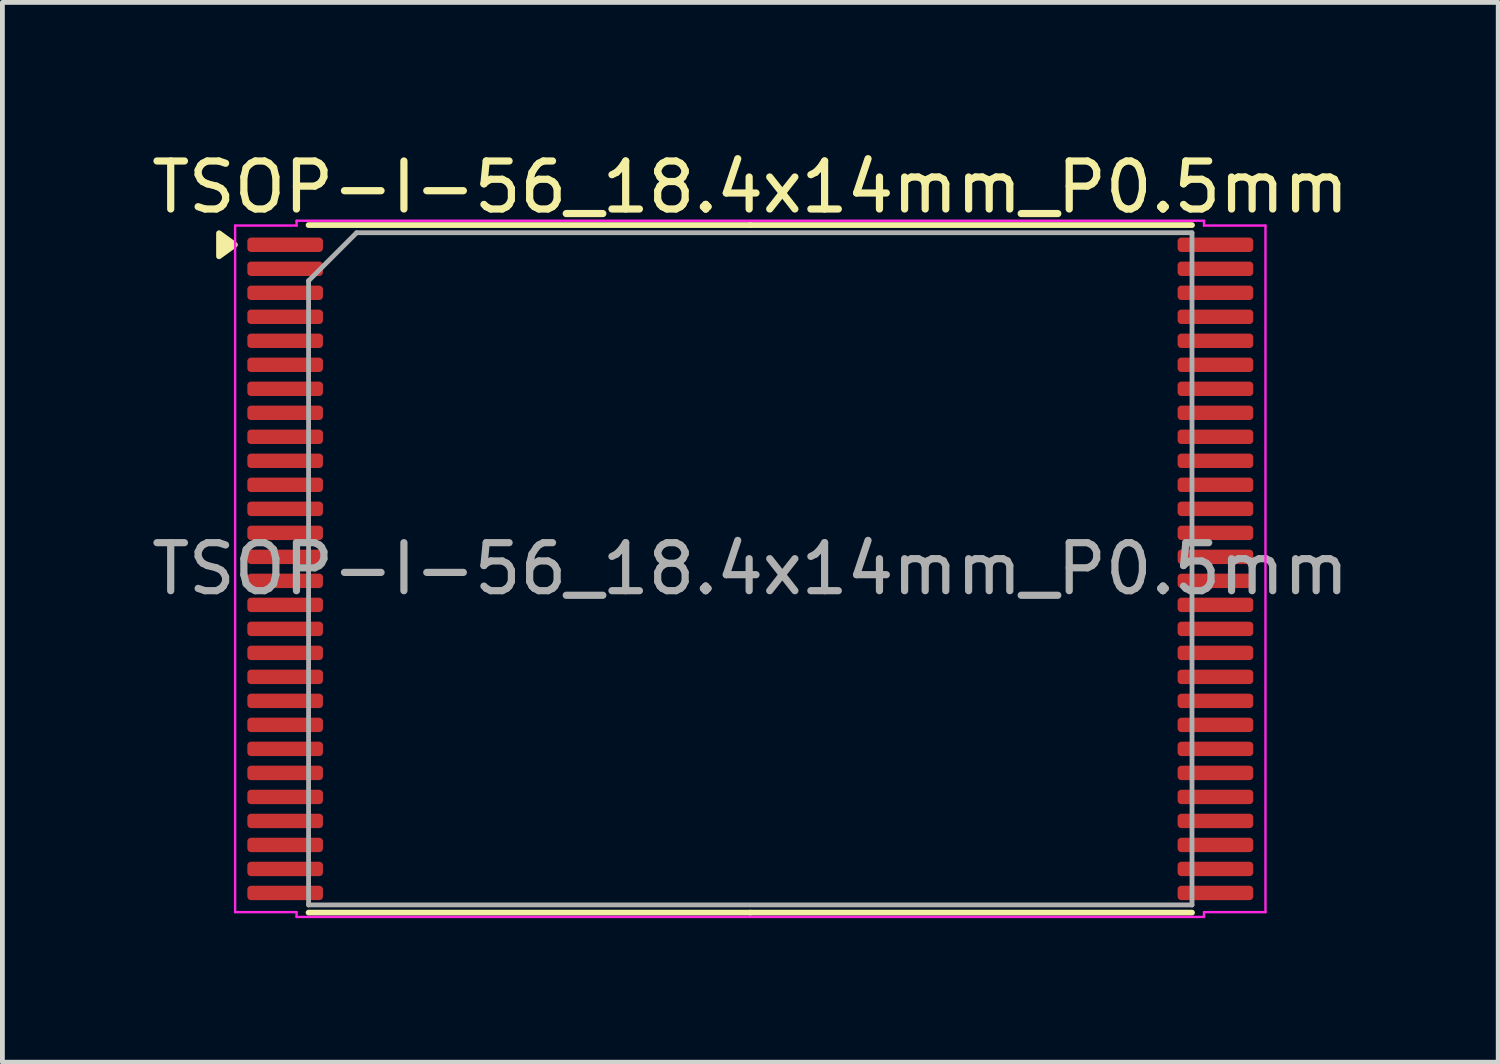
<source format=kicad_pcb>
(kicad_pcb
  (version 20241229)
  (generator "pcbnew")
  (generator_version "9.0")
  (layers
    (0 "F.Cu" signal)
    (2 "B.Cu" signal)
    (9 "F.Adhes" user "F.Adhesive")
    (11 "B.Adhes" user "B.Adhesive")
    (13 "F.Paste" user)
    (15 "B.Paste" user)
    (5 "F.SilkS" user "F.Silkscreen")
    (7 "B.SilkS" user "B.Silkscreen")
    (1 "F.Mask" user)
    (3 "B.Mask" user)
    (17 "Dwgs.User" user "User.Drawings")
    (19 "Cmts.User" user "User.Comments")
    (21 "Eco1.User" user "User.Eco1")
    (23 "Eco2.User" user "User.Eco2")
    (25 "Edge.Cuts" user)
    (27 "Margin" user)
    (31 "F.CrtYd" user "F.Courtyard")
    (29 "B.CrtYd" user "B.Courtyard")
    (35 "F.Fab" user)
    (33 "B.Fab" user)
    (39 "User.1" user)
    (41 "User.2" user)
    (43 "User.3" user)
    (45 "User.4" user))
  (footprint "TSOP-I-56_18.4x14mm_P0.5mm"
    (layer "F.Cu")
    (at 12.577 8.798)
    (property "Reference" "TSOP-I-56_18.4x14mm_P0.5mm" (at 0 -7.95 0) (layer "F.SilkS") (effects (font (size 1 1) (thickness 0.15))))
    (attr smd)
    (fp_line (start 0 -7.16) (end -9.2 -7.16) (stroke (width 0.12) (type solid)) (layer "F.SilkS"))
    (fp_line (start 0 -7.16) (end 9.2 -7.16) (stroke (width 0.12) (type solid)) (layer "F.SilkS"))
    (fp_line (start 0 7.16) (end -9.2 7.16) (stroke (width 0.12) (type solid)) (layer "F.SilkS"))
    (fp_line (start 0 7.16) (end 9.2 7.16) (stroke (width 0.12) (type solid)) (layer "F.SilkS"))
    (fp_poly (pts (xy -10.735 -6.75) (xy -11.065 -6.51) (xy -11.065 -6.99)) (stroke (width 0.12) (type solid)) (fill yes) (layer "F.SilkS"))
    (fp_line (start -10.73 -7.15) (end -9.45 -7.15) (stroke (width 0.05) (type solid)) (layer "F.CrtYd"))
    (fp_line (start -10.73 7.15) (end -10.73 -7.15) (stroke (width 0.05) (type solid)) (layer "F.CrtYd"))
    (fp_line (start -9.45 -7.25) (end 9.45 -7.25) (stroke (width 0.05) (type solid)) (layer "F.CrtYd"))
    (fp_line (start -9.45 -7.15) (end -9.45 -7.25) (stroke (width 0.05) (type solid)) (layer "F.CrtYd"))
    (fp_line (start -9.45 7.15) (end -10.73 7.15) (stroke (width 0.05) (type solid)) (layer "F.CrtYd"))
    (fp_line (start -9.45 7.25) (end -9.45 7.15) (stroke (width 0.05) (type solid)) (layer "F.CrtYd"))
    (fp_line (start 9.45 -7.25) (end 9.45 -7.15) (stroke (width 0.05) (type solid)) (layer "F.CrtYd"))
    (fp_line (start 9.45 -7.15) (end 10.73 -7.15) (stroke (width 0.05) (type solid)) (layer "F.CrtYd"))
    (fp_line (start 9.45 7.15) (end 9.45 7.25) (stroke (width 0.05) (type solid)) (layer "F.CrtYd"))
    (fp_line (start 9.45 7.25) (end -9.45 7.25) (stroke (width 0.05) (type solid)) (layer "F.CrtYd"))
    (fp_line (start 10.73 -7.15) (end 10.73 7.15) (stroke (width 0.05) (type solid)) (layer "F.CrtYd"))
    (fp_line (start 10.73 7.15) (end 9.45 7.15) (stroke (width 0.05) (type solid)) (layer "F.CrtYd"))
    (fp_line (start -9.2 -6) (end -8.2 -7) (stroke (width 0.1) (type solid)) (layer "F.Fab"))
    (fp_line (start -9.2 7) (end -9.2 -6) (stroke (width 0.1) (type solid)) (layer "F.Fab"))
    (fp_line (start -8.2 -7) (end 9.2 -7) (stroke (width 0.1) (type solid)) (layer "F.Fab"))
    (fp_line (start 9.2 -7) (end 9.2 7) (stroke (width 0.1) (type solid)) (layer "F.Fab"))
    (fp_line (start 9.2 7) (end -9.2 7) (stroke (width 0.1) (type solid)) (layer "F.Fab"))
    (fp_text user "${REFERENCE}" (at 0 0 0) (layer "F.Fab") (effects (font (size 1 1) (thickness 0.15))))
    (pad "1" smd roundrect (at -9.688 -6.75) (size 1.575 0.3) (layers "F.Cu" "F.Mask" "F.Paste") (roundrect_rratio 0.25))
    (pad "2" smd roundrect (at -9.688 -6.25) (size 1.575 0.3) (layers "F.Cu" "F.Mask" "F.Paste") (roundrect_rratio 0.25))
    (pad "3" smd roundrect (at -9.688 -5.75) (size 1.575 0.3) (layers "F.Cu" "F.Mask" "F.Paste") (roundrect_rratio 0.25))
    (pad "4" smd roundrect (at -9.688 -5.25) (size 1.575 0.3) (layers "F.Cu" "F.Mask" "F.Paste") (roundrect_rratio 0.25))
    (pad "5" smd roundrect (at -9.688 -4.75) (size 1.575 0.3) (layers "F.Cu" "F.Mask" "F.Paste") (roundrect_rratio 0.25))
    (pad "6" smd roundrect (at -9.688 -4.25) (size 1.575 0.3) (layers "F.Cu" "F.Mask" "F.Paste") (roundrect_rratio 0.25))
    (pad "7" smd roundrect (at -9.688 -3.75) (size 1.575 0.3) (layers "F.Cu" "F.Mask" "F.Paste") (roundrect_rratio 0.25))
    (pad "8" smd roundrect (at -9.688 -3.25) (size 1.575 0.3) (layers "F.Cu" "F.Mask" "F.Paste") (roundrect_rratio 0.25))
    (pad "9" smd roundrect (at -9.688 -2.75) (size 1.575 0.3) (layers "F.Cu" "F.Mask" "F.Paste") (roundrect_rratio 0.25))
    (pad "10" smd roundrect (at -9.688 -2.25) (size 1.575 0.3) (layers "F.Cu" "F.Mask" "F.Paste") (roundrect_rratio 0.25))
    (pad "11" smd roundrect (at -9.688 -1.75) (size 1.575 0.3) (layers "F.Cu" "F.Mask" "F.Paste") (roundrect_rratio 0.25))
    (pad "12" smd roundrect (at -9.688 -1.25) (size 1.575 0.3) (layers "F.Cu" "F.Mask" "F.Paste") (roundrect_rratio 0.25))
    (pad "13" smd roundrect (at -9.688 -0.75) (size 1.575 0.3) (layers "F.Cu" "F.Mask" "F.Paste") (roundrect_rratio 0.25))
    (pad "14" smd roundrect (at -9.688 -0.25) (size 1.575 0.3) (layers "F.Cu" "F.Mask" "F.Paste") (roundrect_rratio 0.25))
    (pad "15" smd roundrect (at -9.688 0.25) (size 1.575 0.3) (layers "F.Cu" "F.Mask" "F.Paste") (roundrect_rratio 0.25))
    (pad "16" smd roundrect (at -9.688 0.75) (size 1.575 0.3) (layers "F.Cu" "F.Mask" "F.Paste") (roundrect_rratio 0.25))
    (pad "17" smd roundrect (at -9.688 1.25) (size 1.575 0.3) (layers "F.Cu" "F.Mask" "F.Paste") (roundrect_rratio 0.25))
    (pad "18" smd roundrect (at -9.688 1.75) (size 1.575 0.3) (layers "F.Cu" "F.Mask" "F.Paste") (roundrect_rratio 0.25))
    (pad "19" smd roundrect (at -9.688 2.25) (size 1.575 0.3) (layers "F.Cu" "F.Mask" "F.Paste") (roundrect_rratio 0.25))
    (pad "20" smd roundrect (at -9.688 2.75) (size 1.575 0.3) (layers "F.Cu" "F.Mask" "F.Paste") (roundrect_rratio 0.25))
    (pad "21" smd roundrect (at -9.688 3.25) (size 1.575 0.3) (layers "F.Cu" "F.Mask" "F.Paste") (roundrect_rratio 0.25))
    (pad "22" smd roundrect (at -9.688 3.75) (size 1.575 0.3) (layers "F.Cu" "F.Mask" "F.Paste") (roundrect_rratio 0.25))
    (pad "23" smd roundrect (at -9.688 4.25) (size 1.575 0.3) (layers "F.Cu" "F.Mask" "F.Paste") (roundrect_rratio 0.25))
    (pad "24" smd roundrect (at -9.688 4.75) (size 1.575 0.3) (layers "F.Cu" "F.Mask" "F.Paste") (roundrect_rratio 0.25))
    (pad "25" smd roundrect (at -9.688 5.25) (size 1.575 0.3) (layers "F.Cu" "F.Mask" "F.Paste") (roundrect_rratio 0.25))
    (pad "26" smd roundrect (at -9.688 5.75) (size 1.575 0.3) (layers "F.Cu" "F.Mask" "F.Paste") (roundrect_rratio 0.25))
    (pad "27" smd roundrect (at -9.688 6.25) (size 1.575 0.3) (layers "F.Cu" "F.Mask" "F.Paste") (roundrect_rratio 0.25))
    (pad "28" smd roundrect (at -9.688 6.75) (size 1.575 0.3) (layers "F.Cu" "F.Mask" "F.Paste") (roundrect_rratio 0.25))
    (pad "29" smd roundrect (at 9.688 6.75) (size 1.575 0.3) (layers "F.Cu" "F.Mask" "F.Paste") (roundrect_rratio 0.25))
    (pad "30" smd roundrect (at 9.688 6.25) (size 1.575 0.3) (layers "F.Cu" "F.Mask" "F.Paste") (roundrect_rratio 0.25))
    (pad "31" smd roundrect (at 9.688 5.75) (size 1.575 0.3) (layers "F.Cu" "F.Mask" "F.Paste") (roundrect_rratio 0.25))
    (pad "32" smd roundrect (at 9.688 5.25) (size 1.575 0.3) (layers "F.Cu" "F.Mask" "F.Paste") (roundrect_rratio 0.25))
    (pad "33" smd roundrect (at 9.688 4.75) (size 1.575 0.3) (layers "F.Cu" "F.Mask" "F.Paste") (roundrect_rratio 0.25))
    (pad "34" smd roundrect (at 9.688 4.25) (size 1.575 0.3) (layers "F.Cu" "F.Mask" "F.Paste") (roundrect_rratio 0.25))
    (pad "35" smd roundrect (at 9.688 3.75) (size 1.575 0.3) (layers "F.Cu" "F.Mask" "F.Paste") (roundrect_rratio 0.25))
    (pad "36" smd roundrect (at 9.688 3.25) (size 1.575 0.3) (layers "F.Cu" "F.Mask" "F.Paste") (roundrect_rratio 0.25))
    (pad "37" smd roundrect (at 9.688 2.75) (size 1.575 0.3) (layers "F.Cu" "F.Mask" "F.Paste") (roundrect_rratio 0.25))
    (pad "38" smd roundrect (at 9.688 2.25) (size 1.575 0.3) (layers "F.Cu" "F.Mask" "F.Paste") (roundrect_rratio 0.25))
    (pad "39" smd roundrect (at 9.688 1.75) (size 1.575 0.3) (layers "F.Cu" "F.Mask" "F.Paste") (roundrect_rratio 0.25))
    (pad "40" smd roundrect (at 9.688 1.25) (size 1.575 0.3) (layers "F.Cu" "F.Mask" "F.Paste") (roundrect_rratio 0.25))
    (pad "41" smd roundrect (at 9.688 0.75) (size 1.575 0.3) (layers "F.Cu" "F.Mask" "F.Paste") (roundrect_rratio 0.25))
    (pad "42" smd roundrect (at 9.688 0.25) (size 1.575 0.3) (layers "F.Cu" "F.Mask" "F.Paste") (roundrect_rratio 0.25))
    (pad "43" smd roundrect (at 9.688 -0.25) (size 1.575 0.3) (layers "F.Cu" "F.Mask" "F.Paste") (roundrect_rratio 0.25))
    (pad "44" smd roundrect (at 9.688 -0.75) (size 1.575 0.3) (layers "F.Cu" "F.Mask" "F.Paste") (roundrect_rratio 0.25))
    (pad "45" smd roundrect (at 9.688 -1.25) (size 1.575 0.3) (layers "F.Cu" "F.Mask" "F.Paste") (roundrect_rratio 0.25))
    (pad "46" smd roundrect (at 9.688 -1.75) (size 1.575 0.3) (layers "F.Cu" "F.Mask" "F.Paste") (roundrect_rratio 0.25))
    (pad "47" smd roundrect (at 9.688 -2.25) (size 1.575 0.3) (layers "F.Cu" "F.Mask" "F.Paste") (roundrect_rratio 0.25))
    (pad "48" smd roundrect (at 9.688 -2.75) (size 1.575 0.3) (layers "F.Cu" "F.Mask" "F.Paste") (roundrect_rratio 0.25))
    (pad "49" smd roundrect (at 9.688 -3.25) (size 1.575 0.3) (layers "F.Cu" "F.Mask" "F.Paste") (roundrect_rratio 0.25))
    (pad "50" smd roundrect (at 9.688 -3.75) (size 1.575 0.3) (layers "F.Cu" "F.Mask" "F.Paste") (roundrect_rratio 0.25))
    (pad "51" smd roundrect (at 9.688 -4.25) (size 1.575 0.3) (layers "F.Cu" "F.Mask" "F.Paste") (roundrect_rratio 0.25))
    (pad "52" smd roundrect (at 9.688 -4.75) (size 1.575 0.3) (layers "F.Cu" "F.Mask" "F.Paste") (roundrect_rratio 0.25))
    (pad "53" smd roundrect (at 9.688 -5.25) (size 1.575 0.3) (layers "F.Cu" "F.Mask" "F.Paste") (roundrect_rratio 0.25))
    (pad "54" smd roundrect (at 9.688 -5.75) (size 1.575 0.3) (layers "F.Cu" "F.Mask" "F.Paste") (roundrect_rratio 0.25))
    (pad "55" smd roundrect (at 9.688 -6.25) (size 1.575 0.3) (layers "F.Cu" "F.Mask" "F.Paste") (roundrect_rratio 0.25))
    (pad "56" smd roundrect (at 9.688 -6.75) (size 1.575 0.3) (layers "F.Cu" "F.Mask" "F.Paste") (roundrect_rratio 0.25)))
  (gr_rect
    (start -3 -3)
    (end 28.155 19.073)
    (stroke (width 0.1) (type default))
    (fill no)
    (layer "Edge.Cuts")))
</source>
